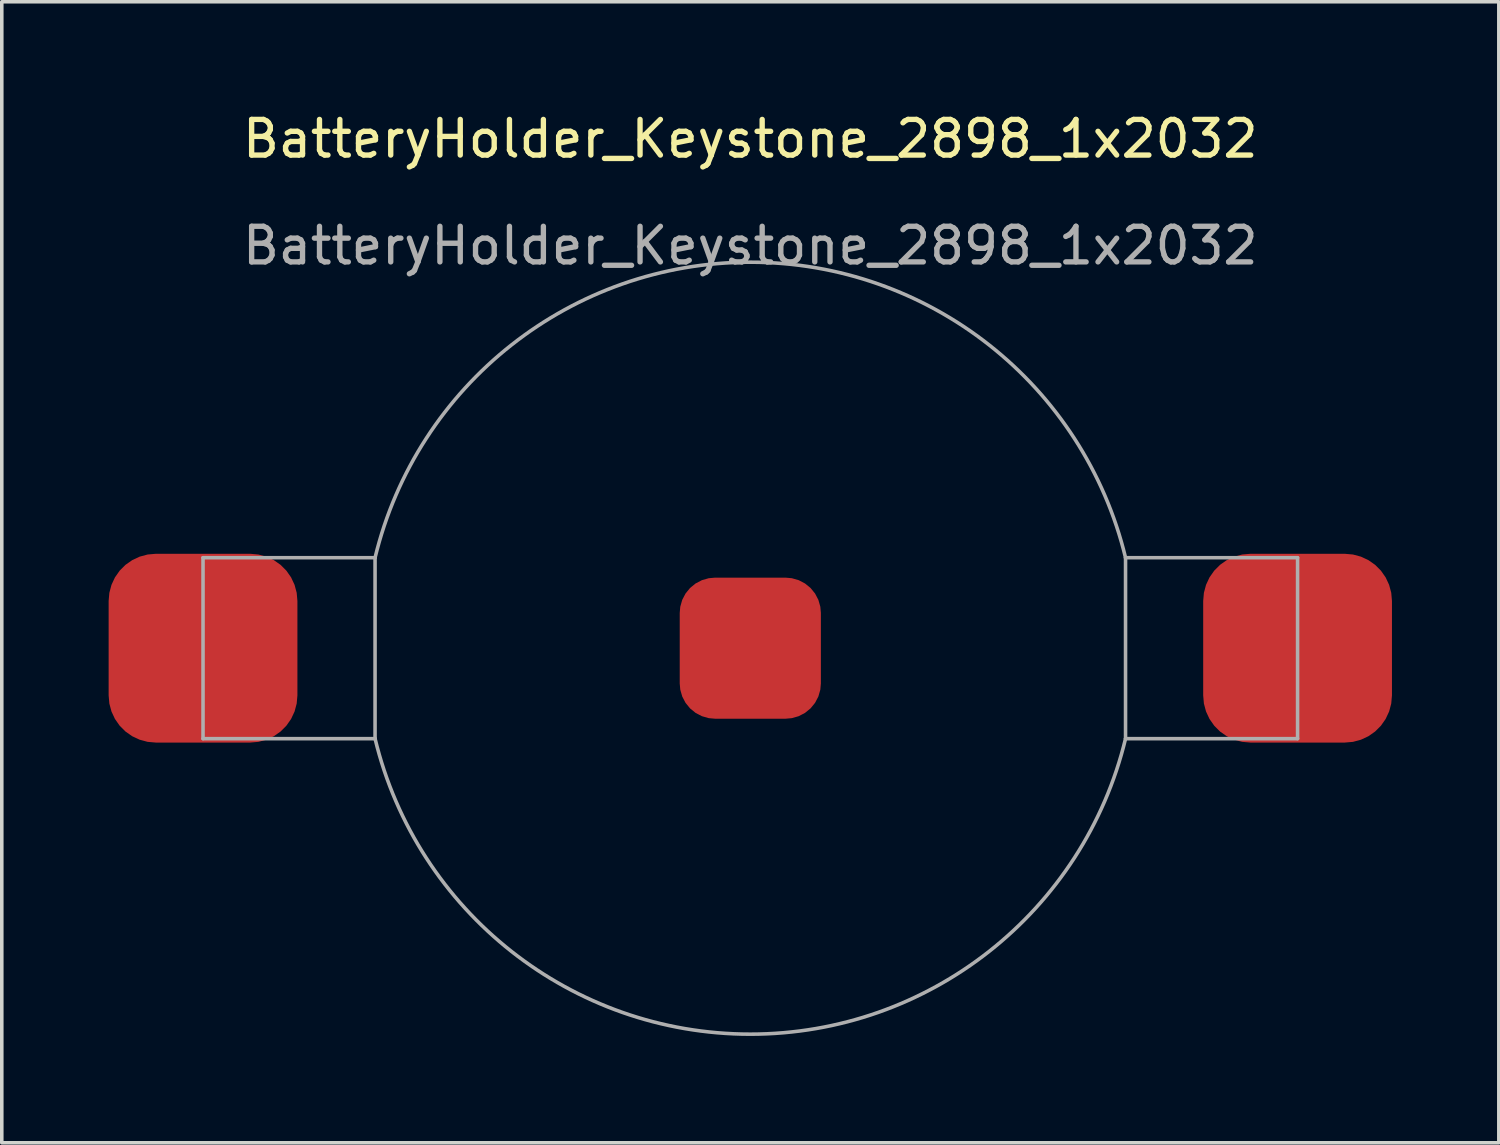
<source format=kicad_pcb>
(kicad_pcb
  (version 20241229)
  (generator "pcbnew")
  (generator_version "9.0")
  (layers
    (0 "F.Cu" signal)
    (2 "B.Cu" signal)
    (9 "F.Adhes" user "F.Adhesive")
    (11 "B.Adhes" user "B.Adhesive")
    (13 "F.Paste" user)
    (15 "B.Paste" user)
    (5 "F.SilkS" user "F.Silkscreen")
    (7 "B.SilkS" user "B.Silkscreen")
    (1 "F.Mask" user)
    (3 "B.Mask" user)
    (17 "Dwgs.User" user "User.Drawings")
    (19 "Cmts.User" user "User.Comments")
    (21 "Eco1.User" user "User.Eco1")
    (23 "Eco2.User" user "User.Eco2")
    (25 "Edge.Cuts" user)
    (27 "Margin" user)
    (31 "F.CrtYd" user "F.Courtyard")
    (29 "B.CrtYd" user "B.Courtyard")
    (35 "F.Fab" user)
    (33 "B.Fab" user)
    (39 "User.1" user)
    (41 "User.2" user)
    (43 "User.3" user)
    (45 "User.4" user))
  (footprint "BatteryHolder_Keystone_2898_1x2032"
    (layer "F.Cu")
    (at 18.015 15.148)
    (property "Reference" "BatteryHolder_Keystone_2898_1x2032" (at 0 -14.3 0) (unlocked yes) (layer "F.SilkS") (effects (font (size 1 1) (thickness 0.15))))
    (attr smd)
    (fp_line (start -15.365 -2.54) (end -15.365 2.54) (stroke (width 0.1) (type solid)) (layer "F.Fab"))
    (fp_line (start -15.365 -2.54) (end -10.535 -2.54) (stroke (width 0.1) (type solid)) (layer "F.Fab"))
    (fp_line (start -15.365 2.54) (end -10.535 2.54) (stroke (width 0.1) (type solid)) (layer "F.Fab"))
    (fp_line (start -10.535 -2.54) (end -10.535 2.54) (stroke (width 0.1) (type solid)) (layer "F.Fab"))
    (fp_line (start 10.535 -2.54) (end 10.535 2.54) (stroke (width 0.1) (type solid)) (layer "F.Fab"))
    (fp_line (start 15.365 -2.54) (end 10.535 -2.54) (stroke (width 0.1) (type solid)) (layer "F.Fab"))
    (fp_line (start 15.365 2.54) (end 10.535 2.54) (stroke (width 0.1) (type solid)) (layer "F.Fab"))
    (fp_line (start 15.365 2.54) (end 15.365 -2.54) (stroke (width 0.1) (type solid)) (layer "F.Fab"))
    (fp_arc (start -10.535 -2.54) (mid 0 -10.836873) (end 10.535 -2.54) (stroke (width 0.1) (type solid)) (layer "F.Fab"))
    (fp_arc (start 10.535 2.54) (mid 0 10.836873) (end -10.535 2.54) (stroke (width 0.1) (type solid)) (layer "F.Fab"))
    (fp_text user "${REFERENCE}" (at 0 -11.3 0) (unlocked yes) (layer "F.Fab") (effects (font (size 1 1) (thickness 0.15))))
    (pad "1" smd roundrect (at -15.365 0) (size 5.3 5.3) (layers "F.Cu" "F.Mask" "F.Paste") (roundrect_rratio 0.25))
    (pad "1" smd roundrect (at 15.365 0) (size 5.3 5.3) (layers "F.Cu" "F.Mask" "F.Paste") (roundrect_rratio 0.25))
    (pad "2" smd roundrect (at 0 0) (size 3.963 3.96) (layers "F.Cu" "F.Mask" "F.Paste") (roundrect_rratio 0.25)))
  (gr_rect
    (start -3 -3)
    (end 39.03 29.035)
    (stroke (width 0.1) (type default))
    (fill no)
    (layer "Edge.Cuts")))
</source>
